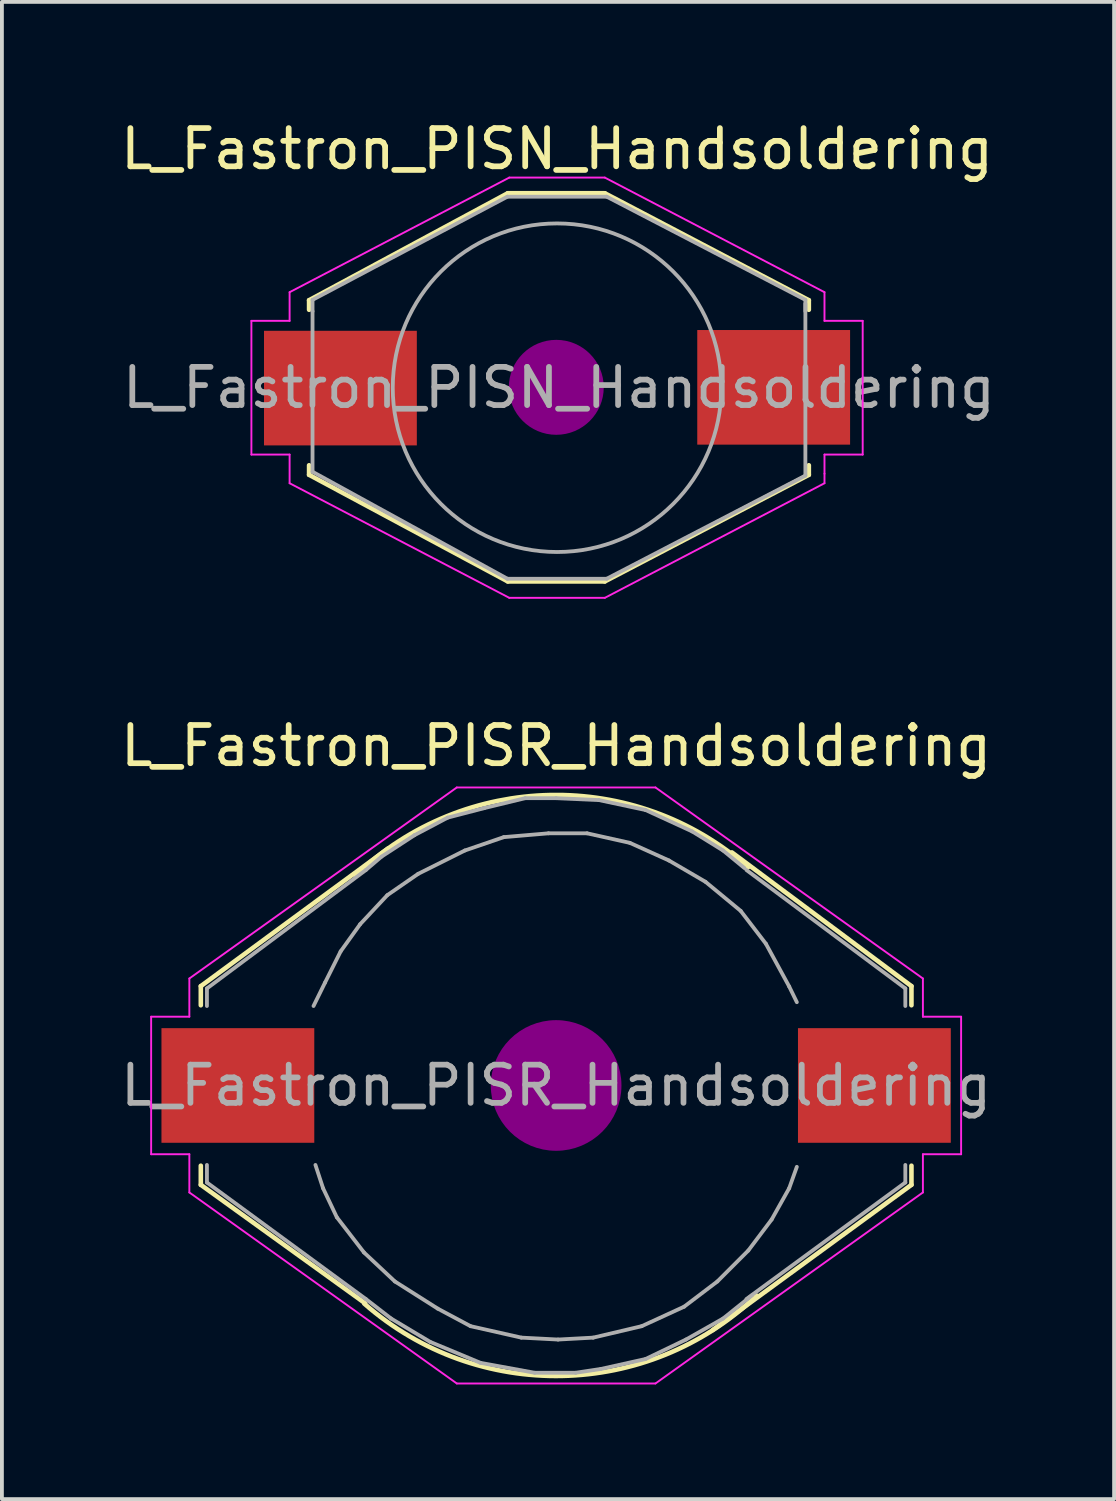
<source format=kicad_pcb>
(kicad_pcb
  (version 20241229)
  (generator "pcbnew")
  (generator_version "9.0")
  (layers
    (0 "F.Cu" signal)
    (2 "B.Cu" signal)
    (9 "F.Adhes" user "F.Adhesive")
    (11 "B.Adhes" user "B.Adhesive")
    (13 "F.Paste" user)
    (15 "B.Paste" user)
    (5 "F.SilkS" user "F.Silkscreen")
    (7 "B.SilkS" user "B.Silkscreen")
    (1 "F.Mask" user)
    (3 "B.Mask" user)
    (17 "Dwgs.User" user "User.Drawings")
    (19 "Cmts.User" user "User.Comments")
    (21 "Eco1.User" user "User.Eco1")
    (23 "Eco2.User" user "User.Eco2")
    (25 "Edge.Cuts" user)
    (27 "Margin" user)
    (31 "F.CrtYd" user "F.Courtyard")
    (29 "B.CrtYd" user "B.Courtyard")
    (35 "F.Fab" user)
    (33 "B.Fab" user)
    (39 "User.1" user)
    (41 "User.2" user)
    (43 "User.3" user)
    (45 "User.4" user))
  (footprint "L_Fastron_PISR_Handsoldering"
    (layer "F.Cu")
    (at 11.506 25.361)
    (property "Reference" "L_Fastron_PISR_Handsoldering" (at 0 -8.89 0) (layer "F.SilkS") (effects (font (size 1 1) (thickness 0.15))))
    (attr smd)
    (fp_line (start -9.3 -2.6) (end -9.3 -2.1) (stroke (width 0.12) (type solid)) (layer "F.SilkS"))
    (fp_line (start -9.3 -2.6) (end -4.4 -6.2) (stroke (width 0.12) (type solid)) (layer "F.SilkS"))
    (fp_line (start -9.3 2.6) (end -9.3 2.1) (stroke (width 0.12) (type solid)) (layer "F.SilkS"))
    (fp_line (start -5 5.7) (end -9.3 2.6) (stroke (width 0.12) (type solid)) (layer "F.SilkS"))
    (fp_line (start 4.1 6.4) (end 9.3 2.6) (stroke (width 0.12) (type solid)) (layer "F.SilkS"))
    (fp_line (start 4.6 -6.1) (end 9.3 -2.6) (stroke (width 0.12) (type solid)) (layer "F.SilkS"))
    (fp_line (start 9.3 -2.6) (end 9.3 -2.1) (stroke (width 0.12) (type solid)) (layer "F.SilkS"))
    (fp_line (start 9.3 2.6) (end 9.3 2.1) (stroke (width 0.12) (type solid)) (layer "F.SilkS"))
    (fp_arc (start -5.25 -5.5) (mid -0.15496 -7.601874) (end 5.021503 -5.709379) (stroke (width 0.12) (type solid)) (layer "F.SilkS"))
    (fp_arc (start 5.25 5.5) (mid 0.15496 7.601874) (end -5.021503 5.709379) (stroke (width 0.12) (type solid)) (layer "F.SilkS"))
    (fp_line (start 0 -0.25) (end 0 0.25) (stroke (width 0.38) (type solid)) (layer "F.Adhes"))
    (fp_circle (center 0 0) (end 0 0.25) (stroke (width 0.38) (type solid)) (fill no) (layer "F.Adhes"))
    (fp_circle (center 0 0) (end 0 0.51) (stroke (width 0.38) (type solid)) (fill no) (layer "F.Adhes"))
    (fp_circle (center 0 0) (end 0 0.76) (stroke (width 0.38) (type solid)) (fill no) (layer "F.Adhes"))
    (fp_circle (center 0 0) (end 0 1.02) (stroke (width 0.38) (type solid)) (fill no) (layer "F.Adhes"))
    (fp_circle (center 0 0) (end 0 1.27) (stroke (width 0.38) (type solid)) (fill no) (layer "F.Adhes"))
    (fp_circle (center 0 0) (end 0 1.52) (stroke (width 0.38) (type solid)) (fill no) (layer "F.Adhes"))
    (fp_line (start -10.6 -1.8) (end -9.6 -1.8) (stroke (width 0.05) (type solid)) (layer "F.CrtYd"))
    (fp_line (start -10.6 1.8) (end -10.6 -1.8) (stroke (width 0.05) (type solid)) (layer "F.CrtYd"))
    (fp_line (start -9.6 -2.8) (end -2.6 -7.8) (stroke (width 0.05) (type solid)) (layer "F.CrtYd"))
    (fp_line (start -9.6 -1.8) (end -9.6 -2.8) (stroke (width 0.05) (type solid)) (layer "F.CrtYd"))
    (fp_line (start -9.6 1.8) (end -10.6 1.8) (stroke (width 0.05) (type solid)) (layer "F.CrtYd"))
    (fp_line (start -9.6 2.8) (end -9.6 1.8) (stroke (width 0.05) (type solid)) (layer "F.CrtYd"))
    (fp_line (start -2.6 -7.8) (end 2.6 -7.8) (stroke (width 0.05) (type solid)) (layer "F.CrtYd"))
    (fp_line (start -2.6 7.8) (end -9.6 2.8) (stroke (width 0.05) (type solid)) (layer "F.CrtYd"))
    (fp_line (start 2.6 -7.8) (end 9.6 -2.8) (stroke (width 0.05) (type solid)) (layer "F.CrtYd"))
    (fp_line (start 2.6 7.8) (end -2.6 7.8) (stroke (width 0.05) (type solid)) (layer "F.CrtYd"))
    (fp_line (start 9.6 -2.8) (end 9.6 -1.8) (stroke (width 0.05) (type solid)) (layer "F.CrtYd"))
    (fp_line (start 9.6 -1.8) (end 10.6 -1.8) (stroke (width 0.05) (type solid)) (layer "F.CrtYd"))
    (fp_line (start 9.6 1.8) (end 9.6 2.8) (stroke (width 0.05) (type solid)) (layer "F.CrtYd"))
    (fp_line (start 9.6 2.8) (end 2.6 7.8) (stroke (width 0.05) (type solid)) (layer "F.CrtYd"))
    (fp_line (start 10.6 -1.8) (end 10.6 1.8) (stroke (width 0.05) (type solid)) (layer "F.CrtYd"))
    (fp_line (start 10.6 1.8) (end 9.6 1.8) (stroke (width 0.05) (type solid)) (layer "F.CrtYd"))
    (fp_line (start -9.14 -2.54) (end -4.98 -5.64) (stroke (width 0.1) (type solid)) (layer "F.Fab"))
    (fp_line (start -9.14 -2.08) (end -9.14 -2.54) (stroke (width 0.1) (type solid)) (layer "F.Fab"))
    (fp_line (start -9.14 2.08) (end -9.14 2.54) (stroke (width 0.1) (type solid)) (layer "F.Fab"))
    (fp_line (start -9.14 2.54) (end -4.98 5.59) (stroke (width 0.1) (type solid)) (layer "F.Fab"))
    (fp_line (start -6.35 -2.08) (end -6.05 -2.69) (stroke (width 0.1) (type solid)) (layer "F.Fab"))
    (fp_line (start -6.3 2.08) (end -6.1 2.69) (stroke (width 0.1) (type solid)) (layer "F.Fab"))
    (fp_line (start -6.1 2.69) (end -5.74 3.45) (stroke (width 0.1) (type solid)) (layer "F.Fab"))
    (fp_line (start -6.05 -2.69) (end -5.64 -3.51) (stroke (width 0.1) (type solid)) (layer "F.Fab"))
    (fp_line (start -5.74 3.45) (end -5.03 4.37) (stroke (width 0.1) (type solid)) (layer "F.Fab"))
    (fp_line (start -5.64 -3.51) (end -5.13 -4.22) (stroke (width 0.1) (type solid)) (layer "F.Fab"))
    (fp_line (start -5.13 -4.22) (end -4.42 -4.98) (stroke (width 0.1) (type solid)) (layer "F.Fab"))
    (fp_line (start -5.03 4.37) (end -4.22 5.13) (stroke (width 0.1) (type solid)) (layer "F.Fab"))
    (fp_line (start -4.98 -5.64) (end -4.57 -5.99) (stroke (width 0.1) (type solid)) (layer "F.Fab"))
    (fp_line (start -4.98 5.59) (end -4.32 6.1) (stroke (width 0.1) (type solid)) (layer "F.Fab"))
    (fp_line (start -4.57 -5.99) (end -3.71 -6.55) (stroke (width 0.1) (type solid)) (layer "F.Fab"))
    (fp_line (start -4.42 -4.98) (end -3.61 -5.54) (stroke (width 0.1) (type solid)) (layer "F.Fab"))
    (fp_line (start -4.32 6.1) (end -3.3 6.71) (stroke (width 0.1) (type solid)) (layer "F.Fab"))
    (fp_line (start -4.22 5.13) (end -3.1 5.84) (stroke (width 0.1) (type solid)) (layer "F.Fab"))
    (fp_line (start -3.71 -6.55) (end -2.84 -7.01) (stroke (width 0.1) (type solid)) (layer "F.Fab"))
    (fp_line (start -3.61 -5.54) (end -2.39 -6.15) (stroke (width 0.1) (type solid)) (layer "F.Fab"))
    (fp_line (start -3.3 6.71) (end -1.98 7.26) (stroke (width 0.1) (type solid)) (layer "F.Fab"))
    (fp_line (start -3.1 5.84) (end -2.24 6.3) (stroke (width 0.1) (type solid)) (layer "F.Fab"))
    (fp_line (start -2.84 -7.01) (end -1.88 -7.26) (stroke (width 0.1) (type solid)) (layer "F.Fab"))
    (fp_line (start -2.39 -6.15) (end -1.37 -6.5) (stroke (width 0.1) (type solid)) (layer "F.Fab"))
    (fp_line (start -2.24 6.3) (end -0.91 6.6) (stroke (width 0.1) (type solid)) (layer "F.Fab"))
    (fp_line (start -1.98 7.26) (end -0.56 7.52) (stroke (width 0.1) (type solid)) (layer "F.Fab"))
    (fp_line (start -1.88 -7.26) (end -0.81 -7.52) (stroke (width 0.1) (type solid)) (layer "F.Fab"))
    (fp_line (start -1.37 -6.5) (end -0.2 -6.6) (stroke (width 0.1) (type solid)) (layer "F.Fab"))
    (fp_line (start -0.91 6.6) (end 0.05 6.65) (stroke (width 0.1) (type solid)) (layer "F.Fab"))
    (fp_line (start -0.81 -7.52) (end 0 -7.52) (stroke (width 0.1) (type solid)) (layer "F.Fab"))
    (fp_line (start -0.56 7.52) (end 0.51 7.52) (stroke (width 0.1) (type solid)) (layer "F.Fab"))
    (fp_line (start -0.2 -6.6) (end 0.81 -6.6) (stroke (width 0.1) (type solid)) (layer "F.Fab"))
    (fp_line (start 0 -7.52) (end 1.12 -7.47) (stroke (width 0.1) (type solid)) (layer "F.Fab"))
    (fp_line (start 0.05 6.65) (end 0.97 6.6) (stroke (width 0.1) (type solid)) (layer "F.Fab"))
    (fp_line (start 0.51 7.52) (end 1.17 7.42) (stroke (width 0.1) (type solid)) (layer "F.Fab"))
    (fp_line (start 0.81 -6.6) (end 1.93 -6.35) (stroke (width 0.1) (type solid)) (layer "F.Fab"))
    (fp_line (start 0.97 6.6) (end 2.24 6.3) (stroke (width 0.1) (type solid)) (layer "F.Fab"))
    (fp_line (start 1.12 -7.47) (end 2.34 -7.21) (stroke (width 0.1) (type solid)) (layer "F.Fab"))
    (fp_line (start 1.17 7.42) (end 2.34 7.16) (stroke (width 0.1) (type solid)) (layer "F.Fab"))
    (fp_line (start 1.93 -6.35) (end 2.95 -5.89) (stroke (width 0.1) (type solid)) (layer "F.Fab"))
    (fp_line (start 2.24 6.3) (end 3.35 5.79) (stroke (width 0.1) (type solid)) (layer "F.Fab"))
    (fp_line (start 2.34 -7.21) (end 3.56 -6.65) (stroke (width 0.1) (type solid)) (layer "F.Fab"))
    (fp_line (start 2.34 7.16) (end 3.4 6.65) (stroke (width 0.1) (type solid)) (layer "F.Fab"))
    (fp_line (start 2.95 -5.89) (end 3.91 -5.33) (stroke (width 0.1) (type solid)) (layer "F.Fab"))
    (fp_line (start 3.35 5.79) (end 4.22 5.13) (stroke (width 0.1) (type solid)) (layer "F.Fab"))
    (fp_line (start 3.4 6.65) (end 4.37 6.1) (stroke (width 0.1) (type solid)) (layer "F.Fab"))
    (fp_line (start 3.56 -6.65) (end 4.37 -6.15) (stroke (width 0.1) (type solid)) (layer "F.Fab"))
    (fp_line (start 3.91 -5.33) (end 4.83 -4.57) (stroke (width 0.1) (type solid)) (layer "F.Fab"))
    (fp_line (start 4.22 5.13) (end 5.03 4.32) (stroke (width 0.1) (type solid)) (layer "F.Fab"))
    (fp_line (start 4.37 -6.15) (end 4.93 -5.69) (stroke (width 0.1) (type solid)) (layer "F.Fab"))
    (fp_line (start 4.37 6.1) (end 5.13 5.49) (stroke (width 0.1) (type solid)) (layer "F.Fab"))
    (fp_line (start 4.83 -4.57) (end 5.49 -3.71) (stroke (width 0.1) (type solid)) (layer "F.Fab"))
    (fp_line (start 5.03 4.32) (end 5.64 3.51) (stroke (width 0.1) (type solid)) (layer "F.Fab"))
    (fp_line (start 5.49 -3.71) (end 6.1 -2.59) (stroke (width 0.1) (type solid)) (layer "F.Fab"))
    (fp_line (start 5.64 3.51) (end 6.1 2.69) (stroke (width 0.1) (type solid)) (layer "F.Fab"))
    (fp_line (start 6.1 -2.59) (end 6.3 -2.18) (stroke (width 0.1) (type solid)) (layer "F.Fab"))
    (fp_line (start 6.1 2.69) (end 6.3 2.13) (stroke (width 0.1) (type solid)) (layer "F.Fab"))
    (fp_line (start 9.14 -2.54) (end 4.98 -5.64) (stroke (width 0.1) (type solid)) (layer "F.Fab"))
    (fp_line (start 9.14 -2.08) (end 9.14 -2.54) (stroke (width 0.1) (type solid)) (layer "F.Fab"))
    (fp_line (start 9.14 2.08) (end 9.14 2.54) (stroke (width 0.1) (type solid)) (layer "F.Fab"))
    (fp_line (start 9.14 2.54) (end 4.98 5.59) (stroke (width 0.1) (type solid)) (layer "F.Fab"))
    (fp_text user "${REFERENCE}" (at 0 0 0) (layer "F.Fab") (effects (font (size 1 1) (thickness 0.15))))
    (pad "1" smd rect (at 8.33 0) (size 4 3) (layers "F.Cu" "F.Mask" "F.Paste"))
    (pad "2" smd rect (at -8.33 0) (size 4 3) (layers "F.Cu" "F.Mask" "F.Paste")))
  (footprint "L_Fastron_PISN_Handsoldering"
    (layer "F.Cu")
    (at 11.53 7.098)
    (property "Reference" "L_Fastron_PISN_Handsoldering" (at 0 -6.25 0) (layer "F.SilkS") (effects (font (size 1 1) (thickness 0.15))))
    (attr smd)
    (fp_line (start -6.49 -2.29) (end -6.49 -2.04) (stroke (width 0.12) (type solid)) (layer "F.SilkS"))
    (fp_line (start -6.49 2.28) (end -6.49 2.03) (stroke (width 0.12) (type solid)) (layer "F.SilkS"))
    (fp_line (start -1.29 -5.09) (end -6.49 -2.29) (stroke (width 0.12) (type solid)) (layer "F.SilkS"))
    (fp_line (start -1.29 -5.09) (end 1.25 -5.09) (stroke (width 0.12) (type solid)) (layer "F.SilkS"))
    (fp_line (start -1.29 5.07) (end -6.49 2.28) (stroke (width 0.12) (type solid)) (layer "F.SilkS"))
    (fp_line (start -1.29 5.07) (end 1.25 5.07) (stroke (width 0.12) (type solid)) (layer "F.SilkS"))
    (fp_line (start 1.25 -5.09) (end 6.59 -2.29) (stroke (width 0.12) (type solid)) (layer "F.SilkS"))
    (fp_line (start 1.25 5.07) (end 6.59 2.28) (stroke (width 0.12) (type solid)) (layer "F.SilkS"))
    (fp_line (start 6.59 -2.29) (end 6.59 -2.04) (stroke (width 0.12) (type solid)) (layer "F.SilkS"))
    (fp_line (start 6.59 2.28) (end 6.59 2.03) (stroke (width 0.12) (type solid)) (layer "F.SilkS"))
    (fp_line (start -0.02 -0.26) (end -0.02 0.25) (stroke (width 0.38) (type solid)) (layer "F.Adhes"))
    (fp_circle (center -0.02 -0.01) (end -0.02 0.5) (stroke (width 0.38) (type solid)) (fill no) (layer "F.Adhes"))
    (fp_circle (center -0.02 -0.01) (end 0.24 -0.01) (stroke (width 0.38) (type solid)) (fill no) (layer "F.Adhes"))
    (fp_circle (center -0.02 -0.01) (end 0.24 0.76) (stroke (width 0.38) (type solid)) (fill no) (layer "F.Adhes"))
    (fp_circle (center -0.02 -0.01) (end 0.24 1.01) (stroke (width 0.38) (type solid)) (fill no) (layer "F.Adhes"))
    (fp_line (start -8 -1.75) (end -8 1.75) (stroke (width 0.05) (type solid)) (layer "F.CrtYd"))
    (fp_line (start -8 1.75) (end -7 1.75) (stroke (width 0.05) (type solid)) (layer "F.CrtYd"))
    (fp_line (start -7 -2.5) (end -7 -1.75) (stroke (width 0.05) (type solid)) (layer "F.CrtYd"))
    (fp_line (start -7 -2.5) (end -1.25 -5.5) (stroke (width 0.05) (type solid)) (layer "F.CrtYd"))
    (fp_line (start -7 -1.75) (end -8 -1.75) (stroke (width 0.05) (type solid)) (layer "F.CrtYd"))
    (fp_line (start -7 1.75) (end -7 2.5) (stroke (width 0.05) (type solid)) (layer "F.CrtYd"))
    (fp_line (start -1.25 -5.5) (end 1.25 -5.5) (stroke (width 0.05) (type solid)) (layer "F.CrtYd"))
    (fp_line (start -1.25 5.5) (end -7 2.5) (stroke (width 0.05) (type solid)) (layer "F.CrtYd"))
    (fp_line (start 1.25 -5.5) (end 7 -2.5) (stroke (width 0.05) (type solid)) (layer "F.CrtYd"))
    (fp_line (start 1.25 5.5) (end -1.25 5.5) (stroke (width 0.05) (type solid)) (layer "F.CrtYd"))
    (fp_line (start 7 -1.75) (end 7 -2.5) (stroke (width 0.05) (type solid)) (layer "F.CrtYd"))
    (fp_line (start 7 1.75) (end 8 1.75) (stroke (width 0.05) (type solid)) (layer "F.CrtYd"))
    (fp_line (start 7 2.25) (end 7 1.75) (stroke (width 0.05) (type solid)) (layer "F.CrtYd"))
    (fp_line (start 7 2.25) (end 7 2.5) (stroke (width 0.05) (type solid)) (layer "F.CrtYd"))
    (fp_line (start 7 2.5) (end 1.25 5.5) (stroke (width 0.05) (type solid)) (layer "F.CrtYd"))
    (fp_line (start 8 -1.75) (end 7 -1.75) (stroke (width 0.05) (type solid)) (layer "F.CrtYd"))
    (fp_line (start 8 1.75) (end 8 -1.75) (stroke (width 0.05) (type solid)) (layer "F.CrtYd"))
    (fp_line (start -6.4 -2.3) (end -1.3 -5) (stroke (width 0.1) (type solid)) (layer "F.Fab"))
    (fp_line (start -6.4 -2) (end -6.4 -2.3) (stroke (width 0.1) (type solid)) (layer "F.Fab"))
    (fp_line (start -6.4 -2) (end -6.4 2.2) (stroke (width 0.1) (type solid)) (layer "F.Fab"))
    (fp_line (start -6.4 2.2) (end -1.3 5) (stroke (width 0.1) (type solid)) (layer "F.Fab"))
    (fp_line (start -1.3 -5) (end 1.3 -5) (stroke (width 0.1) (type solid)) (layer "F.Fab"))
    (fp_line (start -1.3 5) (end 1.3 5) (stroke (width 0.1) (type solid)) (layer "F.Fab"))
    (fp_line (start 1.3 -5) (end 6.5 -2.3) (stroke (width 0.1) (type solid)) (layer "F.Fab"))
    (fp_line (start 1.3 5) (end 6.5 2.3) (stroke (width 0.1) (type solid)) (layer "F.Fab"))
    (fp_line (start 6.5 -2.3) (end 6.5 -2) (stroke (width 0.1) (type solid)) (layer "F.Fab"))
    (fp_line (start 6.5 2.3) (end 6.5 -2.2) (stroke (width 0.1) (type solid)) (layer "F.Fab"))
    (fp_circle (center 0 0) (end 0 -4.3) (stroke (width 0.1) (type solid)) (fill no) (layer "F.Fab"))
    (fp_text user "${REFERENCE}" (at 0.05 0 0) (layer "F.Fab") (effects (font (size 1 1) (thickness 0.15))))
    (pad "1" smd rect (at 5.67 -0.01) (size 4 3) (layers "F.Cu" "F.Mask" "F.Paste"))
    (pad "2" smd rect (at -5.67 0.01) (size 4 3) (layers "F.Cu" "F.Mask" "F.Paste")))
  (gr_rect
    (start -3 -3)
    (end 26.11 36.187)
    (stroke (width 0.1) (type default))
    (fill no)
    (layer "Edge.Cuts")))
</source>
